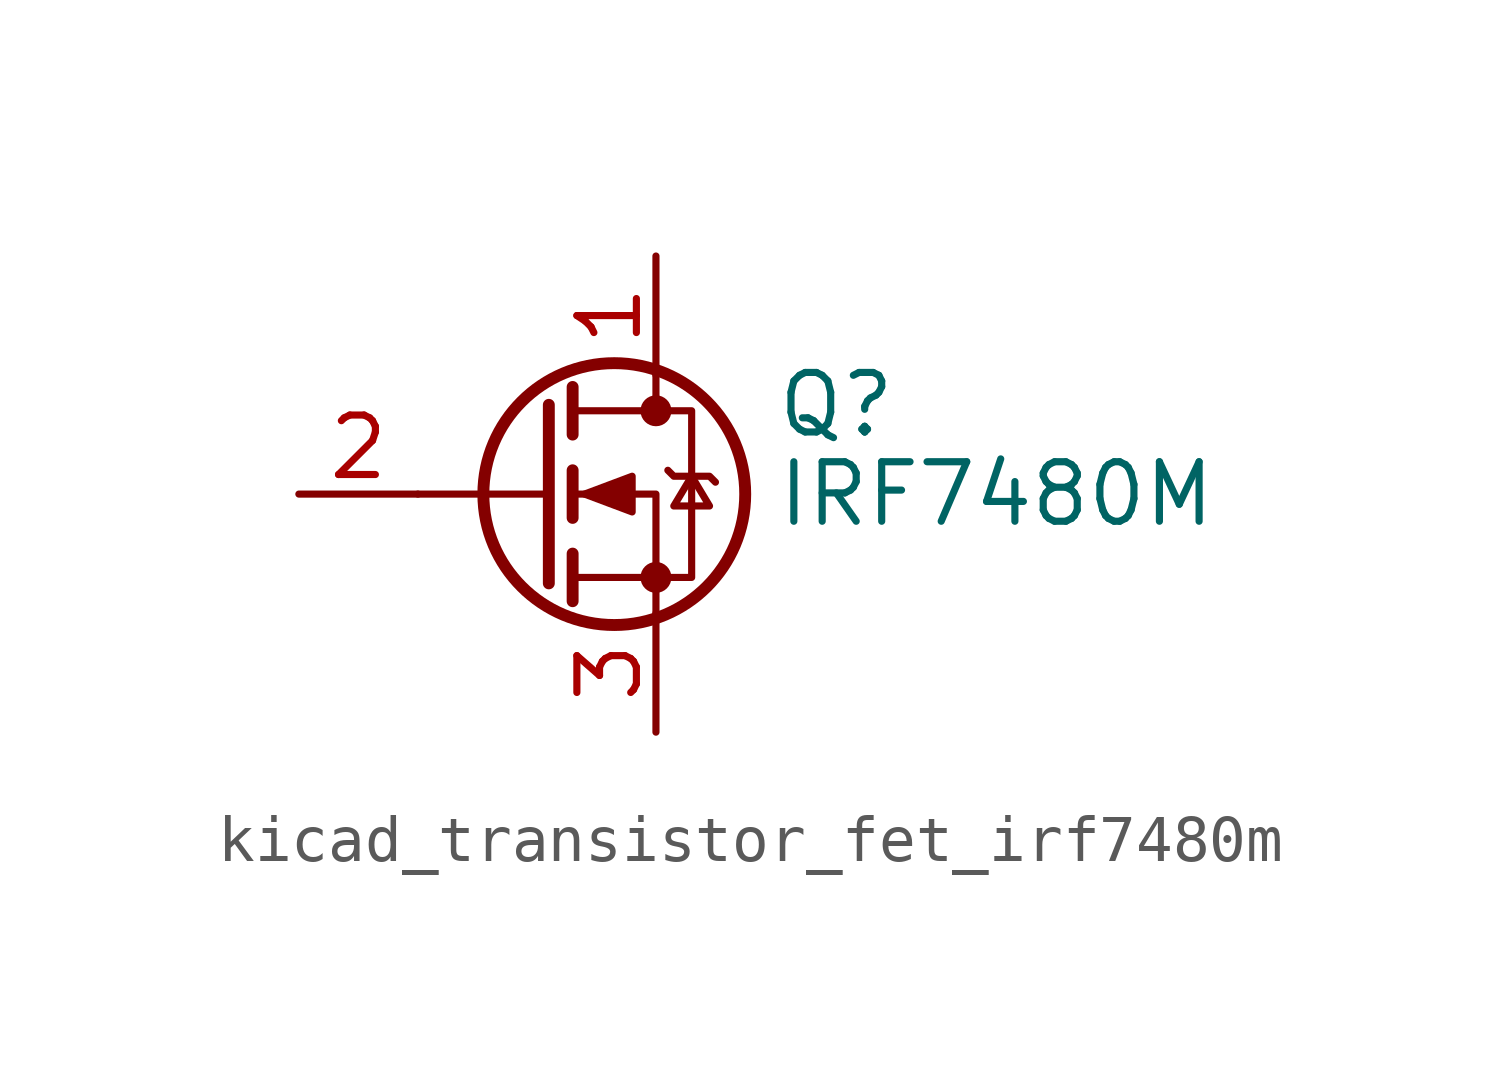
<source format=kicad_sym>
(kicad_symbol_lib
  (version 20220914)
  (generator kicad_symbol_editor)
  (symbol "kicad_transistor_fet_irf7480m"
    (pin_names hide)
    (property "Reference" "Q"
      (at 5.08 1.905 0)
      (effects (font (size 1.27 1.27)) (justify left)))
    (property "Value" "IRF7480M"
      (at 5.08 0 0)
      (effects (font (size 1.27 1.27)) (justify left)))
    (symbol "kicad_transistor_fet_irf7480m_0_1"
      (polyline (pts (xy 0.254 0) (xy -2.54 0)) (stroke (width 0) (type default)) (fill (type none)))
      (polyline (pts (xy 0.254 1.905) (xy 0.254 -1.905)) (stroke (width 0.254) (type default)) (fill (type none)))
      (polyline (pts (xy 0.762 -1.27) (xy 0.762 -2.286)) (stroke (width 0.254) (type default)) (fill (type none)))
      (polyline (pts (xy 0.762 0.508) (xy 0.762 -0.508)) (stroke (width 0.254) (type default)) (fill (type none)))
      (polyline (pts (xy 0.762 2.286) (xy 0.762 1.27)) (stroke (width 0.254) (type default)) (fill (type none)))
      (polyline (pts (xy 2.54 2.54) (xy 2.54 1.778)) (stroke (width 0) (type default)) (fill (type none)))
      (polyline (pts (xy 2.54 -2.54) (xy 2.54 0) (xy 0.762 0)) (stroke (width 0) (type default)) (fill (type none)))
      (polyline (pts (xy 0.762 -1.778) (xy 3.302 -1.778) (xy 3.302 1.778) (xy 0.762 1.778)) (stroke (width 0) (type default)) (fill (type none)))
      (polyline (pts (xy 1.016 0) (xy 2.032 0.381) (xy 2.032 -0.381) (xy 1.016 0)) (stroke (width 0) (type default)) (fill (type outline)))
      (polyline (pts (xy 2.794 0.508) (xy 2.921 0.381) (xy 3.683 0.381) (xy 3.81 0.254)) (stroke (width 0) (type default)) (fill (type none)))
      (polyline (pts (xy 3.302 0.381) (xy 2.921 -0.254) (xy 3.683 -0.254) (xy 3.302 0.381)) (stroke (width 0) (type default)) (fill (type none)))
      (circle (center 1.651 0) (radius 2.794) (stroke (width 0.254) (type default)) (fill (type none)))
      (circle (center 2.54 -1.778) (radius 0.254) (stroke (width 0) (type default)) (fill (type outline)))
      (circle (center 2.54 1.778) (radius 0.254) (stroke (width 0) (type default)) (fill (type outline))))
    (symbol "kicad_transistor_fet_irf7480m_1_1"
      (pin passive line (at 2.54 5.08 270) (length 2.54) (name "D" (effects (font (size 1.27 1.27)))) (number "1" (effects (font (size 1.27 1.27)))))
      (pin input line (at -5.08 0 0) (length 2.54) (name "G" (effects (font (size 1.27 1.27)))) (number "2" (effects (font (size 1.27 1.27)))))
      (pin passive line (at 2.54 -5.08 90) (length 2.54) (name "S" (effects (font (size 1.27 1.27)))) (number "3" (effects (font (size 1.27 1.27))))))))
</source>
